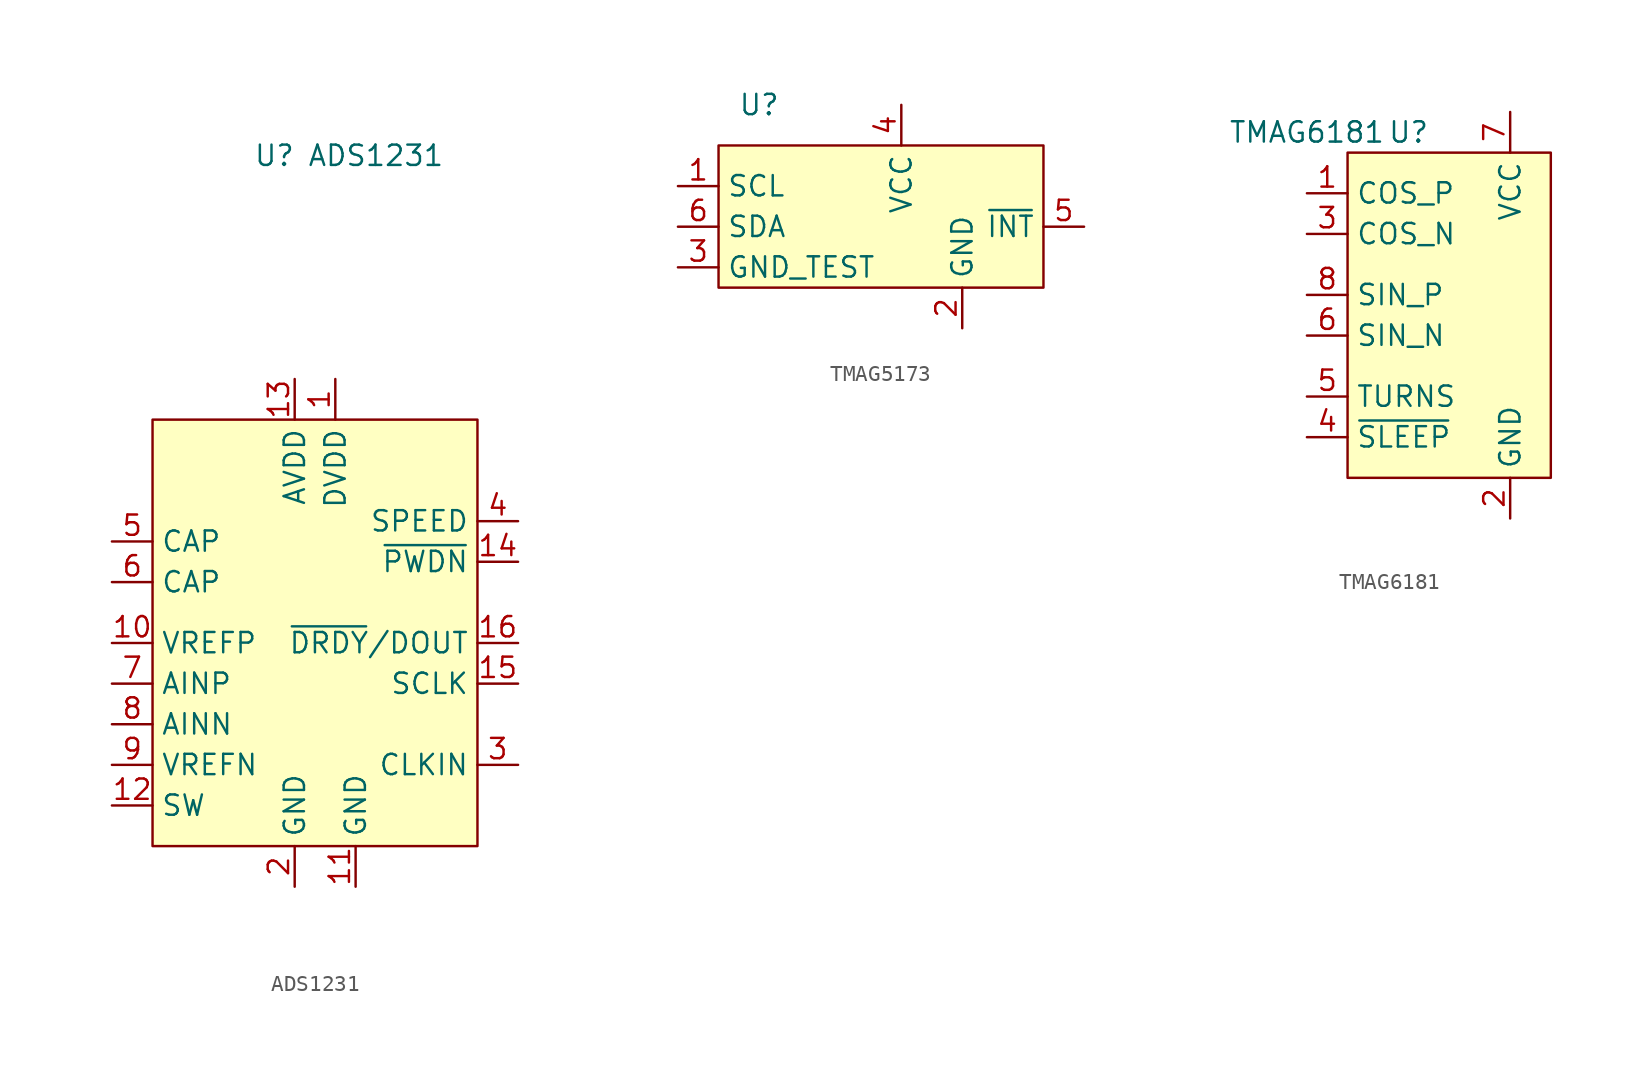
<source format=kicad_sym>
(kicad_symbol_lib
  (version 20231120)
  (generator "kicad_symbol_editor")
  (generator_version "8.0")
  (symbol "ADS1231"
    (property "Reference" "U"
      (at -1.27 29.21 0)
      (effects (font (size 1.27 1.27))))
    (property "Value" "ADS1231"
      (at 5.08 29.21 0)
      (effects (font (size 1.27 1.27))))
    (symbol "ADS1231_0_0"
      (pin unspecified line (at 2.54 15.24 270) (length 2.54) (name "DVDD" (effects (font (size 1.27 1.27)))) (number "1" (effects (font (size 1.27 1.27)))))
      (pin unspecified line (at -11.43 -1.27 0) (length 2.54) (name "VREFP" (effects (font (size 1.27 1.27)))) (number "10" (effects (font (size 1.27 1.27)))))
      (pin unspecified line (at 3.81 -16.51 90) (length 2.54) (name "GND" (effects (font (size 1.27 1.27)))) (number "11" (effects (font (size 1.27 1.27)))))
      (pin unspecified line (at -11.43 -11.43 0) (length 2.54) (name "SW" (effects (font (size 1.27 1.27)))) (number "12" (effects (font (size 1.27 1.27)))))
      (pin unspecified line (at 0 15.24 270) (length 2.54) (name "AVDD" (effects (font (size 1.27 1.27)))) (number "13" (effects (font (size 1.27 1.27)))))
      (pin unspecified line (at 13.97 3.81 180) (length 2.54) (name "~{PWDN}" (effects (font (size 1.27 1.27)))) (number "14" (effects (font (size 1.27 1.27)))))
      (pin unspecified line (at 13.97 -3.81 180) (length 2.54) (name "SCLK" (effects (font (size 1.27 1.27)))) (number "15" (effects (font (size 1.27 1.27)))))
      (pin unspecified line (at 13.97 -1.27 180) (length 2.54) (name "~{DRDY}/DOUT" (effects (font (size 1.27 1.27)))) (number "16" (effects (font (size 1.27 1.27)))))
      (pin unspecified line (at 0 -16.51 90) (length 2.54) (name "GND" (effects (font (size 1.27 1.27)))) (number "2" (effects (font (size 1.27 1.27)))))
      (pin unspecified line (at 13.97 -8.89 180) (length 2.54) (name "CLKIN" (effects (font (size 1.27 1.27)))) (number "3" (effects (font (size 1.27 1.27)))))
      (pin unspecified line (at 13.97 6.35 180) (length 2.54) (name "SPEED" (effects (font (size 1.27 1.27)))) (number "4" (effects (font (size 1.27 1.27)))))
      (pin unspecified line (at -11.43 5.08 0) (length 2.54) (name "CAP" (effects (font (size 1.27 1.27)))) (number "5" (effects (font (size 1.27 1.27)))))
      (pin unspecified line (at -11.43 2.54 0) (length 2.54) (name "CAP" (effects (font (size 1.27 1.27)))) (number "6" (effects (font (size 1.27 1.27)))))
      (pin unspecified line (at -11.43 -3.81 0) (length 2.54) (name "AINP" (effects (font (size 1.27 1.27)))) (number "7" (effects (font (size 1.27 1.27)))))
      (pin unspecified line (at -11.43 -6.35 0) (length 2.54) (name "AINN" (effects (font (size 1.27 1.27)))) (number "8" (effects (font (size 1.27 1.27)))))
      (pin unspecified line (at -11.43 -8.89 0) (length 2.54) (name "VREFN" (effects (font (size 1.27 1.27)))) (number "9" (effects (font (size 1.27 1.27))))))
    (symbol "ADS1231_1_1"
      (rectangle (start -8.89 12.7) (end 11.43 -13.97) (stroke (width 0) (type default)) (fill (type background)))))
  (symbol "TMAG5173"
    (property "Reference" "U"
      (at -8.89 7.62 0)
      (effects (font (size 1.27 1.27))))
    (property "Value" ""
      (at 0 5.08 0)
      (effects (font (size 1.27 1.27))))
    (symbol "TMAG5173_1_0"
      (pin bidirectional line (at -13.97 2.54 0) (length 2.54) (name "SCL" (effects (font (size 1.27 1.27)))) (number "1" (effects (font (size 1.27 1.27)))))
      (pin passive line (at 3.81 -6.35 90) (length 2.54) (name "GND" (effects (font (size 1.27 1.27)))) (number "2" (effects (font (size 1.27 1.27)))))
      (pin input line (at -13.97 -2.54 0) (length 2.54) (name "GND_TEST" (effects (font (size 1.27 1.27)))) (number "3" (effects (font (size 1.27 1.27)))))
      (pin passive line (at 0 7.62 270) (length 2.54) (name "VCC" (effects (font (size 1.27 1.27)))) (number "4" (effects (font (size 1.27 1.27)))))
      (pin bidirectional line (at 11.43 0 180) (length 2.54) (name "~{INT}" (effects (font (size 1.27 1.27)))) (number "5" (effects (font (size 1.27 1.27)))))
      (pin bidirectional line (at -13.97 0 0) (length 2.54) (name "SDA" (effects (font (size 1.27 1.27)))) (number "6" (effects (font (size 1.27 1.27))))))
    (symbol "TMAG5173_1_1"
      (rectangle (start -11.43 5.08) (end 8.89 -3.81) (stroke (width 0) (type default)) (fill (type background)))))
  (symbol "TMAG6181"
    (property "Reference" "U"
      (at -2.54 6.35 0)
      (effects (font (size 1.27 1.27))))
    (property "Value" "TMAG6181"
      (at -8.89 6.35 0)
      (effects (font (size 1.27 1.27))))
    (symbol "TMAG6181_1_0"
      (pin input line (at 3.81 -17.78 90) (length 2.54) (name "GND" (effects (font (size 1.27 1.27)))) (number "2" (effects (font (size 1.27 1.27)))))
      (pin input line (at -8.89 0 0) (length 2.54) (name "COS_N" (effects (font (size 1.27 1.27)))) (number "3" (effects (font (size 1.27 1.27)))))
      (pin input line (at -8.89 -12.7 0) (length 2.54) (name "~{SLEEP}" (effects (font (size 1.27 1.27)))) (number "4" (effects (font (size 1.27 1.27)))))
      (pin input line (at -8.89 -10.16 0) (length 2.54) (name "TURNS" (effects (font (size 1.27 1.27)))) (number "5" (effects (font (size 1.27 1.27)))))
      (pin input line (at -8.89 -6.35 0) (length 2.54) (name "SIN_N" (effects (font (size 1.27 1.27)))) (number "6" (effects (font (size 1.27 1.27)))))
      (pin input line (at 3.81 7.62 270) (length 2.54) (name "VCC" (effects (font (size 1.27 1.27)))) (number "7" (effects (font (size 1.27 1.27)))))
      (pin input line (at -8.89 -3.81 0) (length 2.54) (name "SIN_P" (effects (font (size 1.27 1.27)))) (number "8" (effects (font (size 1.27 1.27))))))
    (symbol "TMAG6181_1_1"
      (rectangle (start -6.35 5.08) (end 6.35 -15.24) (stroke (width 0) (type default)) (fill (type background)))
      (pin input line (at -8.89 2.54 0) (length 2.54) (name "COS_P" (effects (font (size 1.27 1.27)))) (number "1" (effects (font (size 1.27 1.27))))))))
</source>
